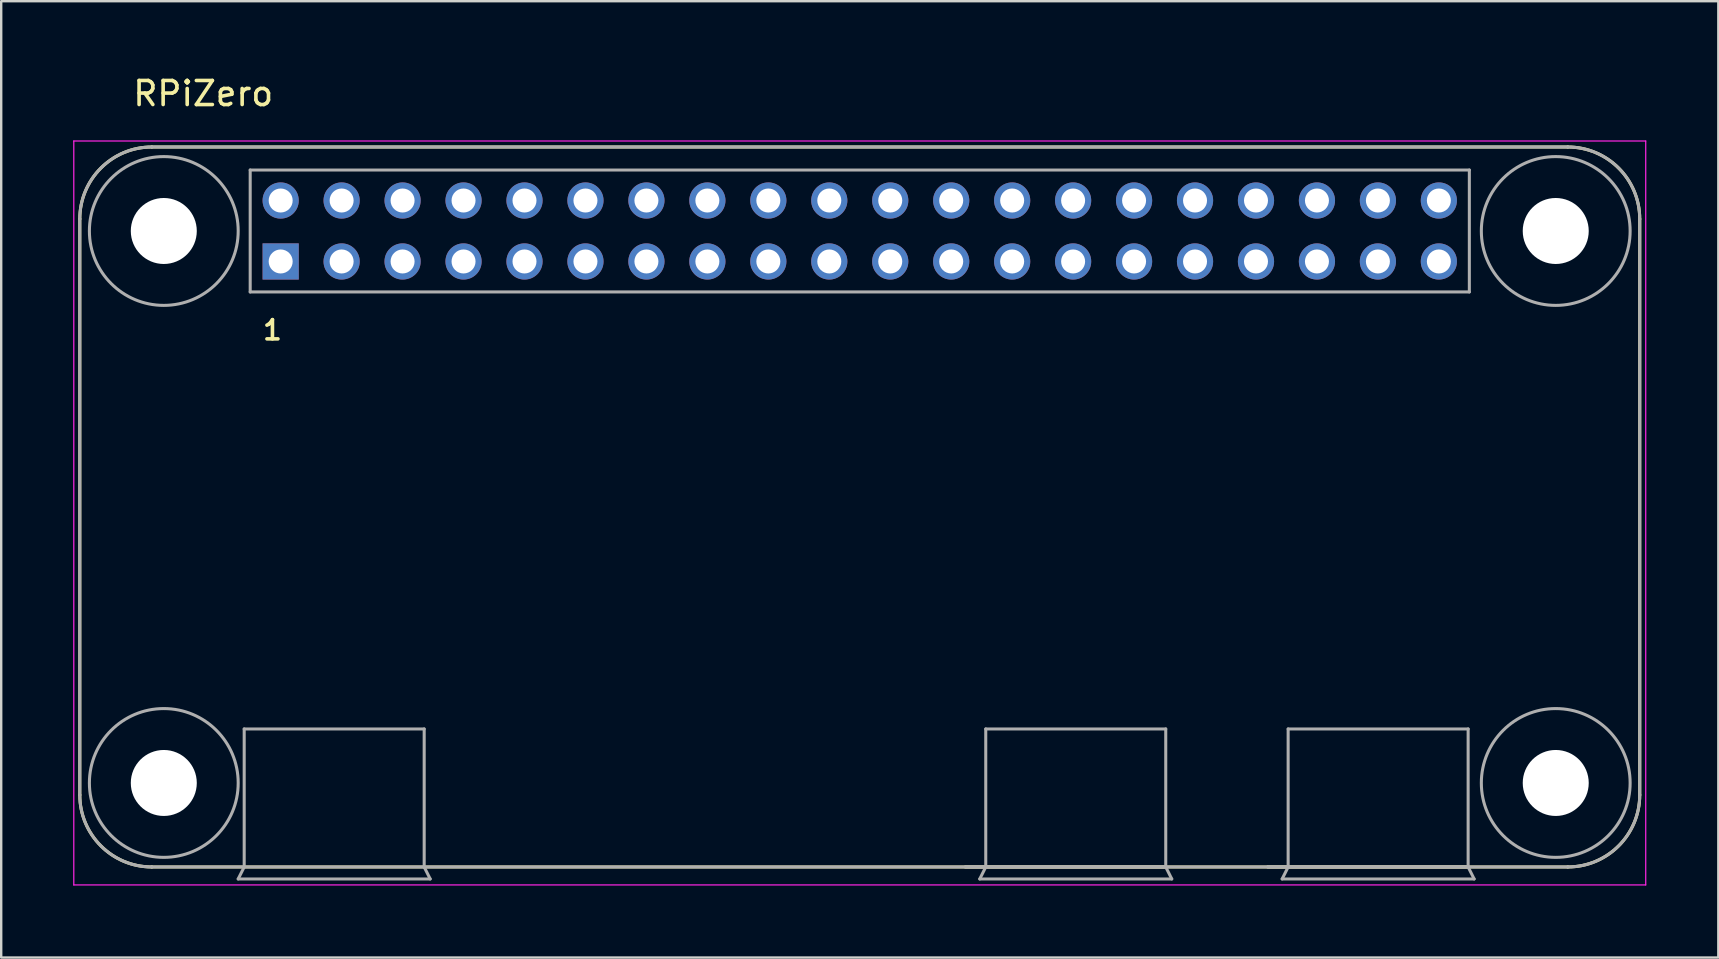
<source format=kicad_pcb>
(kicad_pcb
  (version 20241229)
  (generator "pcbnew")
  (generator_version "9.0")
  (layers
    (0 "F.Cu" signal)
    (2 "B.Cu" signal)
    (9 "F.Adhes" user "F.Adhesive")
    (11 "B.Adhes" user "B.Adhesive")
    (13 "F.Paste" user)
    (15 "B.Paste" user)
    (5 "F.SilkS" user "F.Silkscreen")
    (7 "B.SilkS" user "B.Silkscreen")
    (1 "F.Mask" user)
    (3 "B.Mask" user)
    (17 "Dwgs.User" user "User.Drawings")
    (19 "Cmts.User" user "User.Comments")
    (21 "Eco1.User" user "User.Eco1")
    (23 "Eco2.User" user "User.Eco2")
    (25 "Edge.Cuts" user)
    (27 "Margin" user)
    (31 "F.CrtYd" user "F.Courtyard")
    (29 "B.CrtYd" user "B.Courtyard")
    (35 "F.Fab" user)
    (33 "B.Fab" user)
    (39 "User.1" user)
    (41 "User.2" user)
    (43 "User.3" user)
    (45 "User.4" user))
  (footprint "RPiZero"
    (layer "F.Cu")
    (at 32.775 6.575)
    (property "Reference" "RPiZero" (at -27.357 -5.726 0) (layer "F.SilkS") (effects (font (size 1.002 1.002) (thickness 0.15))))
    (attr through_hole)
    (fp_line (start -32.5 -0.5) (end -32.5 23.5) (stroke (width 0.127) (type solid)) (layer "F.SilkS"))
    (fp_line (start -29.5 26.5) (end 29.5 26.5) (stroke (width 0.127) (type solid)) (layer "F.SilkS"))
    (fp_line (start 4.4 26.5) (end 12.75 26.5) (stroke (width 0.127) (type solid)) (layer "F.SilkS"))
    (fp_line (start 17 26.5) (end 25.35 26.5) (stroke (width 0.127) (type solid)) (layer "F.SilkS"))
    (fp_line (start 29.5 -3.5) (end -29.5 -3.5) (stroke (width 0.127) (type solid)) (layer "F.SilkS"))
    (fp_line (start 32.5 23.5) (end 32.5 -0.5) (stroke (width 0.127) (type solid)) (layer "F.SilkS"))
    (fp_arc (start -32.5 -0.5) (mid -31.62132 -2.62132) (end -29.5 -3.5) (stroke (width 0.127) (type solid)) (layer "F.SilkS"))
    (fp_arc (start -29.5 26.5) (mid -31.62132 25.62132) (end -32.5 23.5) (stroke (width 0.127) (type solid)) (layer "F.SilkS"))
    (fp_arc (start 29.5 -3.5) (mid 31.62132 -2.62132) (end 32.5 -0.5) (stroke (width 0.127) (type solid)) (layer "F.SilkS"))
    (fp_arc (start 32.5 23.5) (mid 31.62132 25.62132) (end 29.5 26.5) (stroke (width 0.127) (type solid)) (layer "F.SilkS"))
    (fp_line (start -32.75 -3.75) (end 32.75 -3.75) (stroke (width 0.05) (type solid)) (layer "F.CrtYd"))
    (fp_line (start -32.75 27.25) (end -32.75 -3.75) (stroke (width 0.05) (type solid)) (layer "F.CrtYd"))
    (fp_line (start 32.75 -3.75) (end 32.75 27.25) (stroke (width 0.05) (type solid)) (layer "F.CrtYd"))
    (fp_line (start 32.75 27.25) (end -32.75 27.25) (stroke (width 0.05) (type solid)) (layer "F.CrtYd"))
    (fp_line (start -32.5 -0.5) (end -32.5 23.5) (stroke (width 0.127) (type solid)) (layer "F.Fab"))
    (fp_line (start -29.5 26.5) (end -25.65 26.5) (stroke (width 0.127) (type solid)) (layer "F.Fab"))
    (fp_line (start -25.9 27) (end -17.9 27) (stroke (width 0.127) (type solid)) (layer "F.Fab"))
    (fp_line (start -25.65 20.75) (end -18.15 20.75) (stroke (width 0.127) (type solid)) (layer "F.Fab"))
    (fp_line (start -25.65 26.5) (end -25.9 27) (stroke (width 0.127) (type solid)) (layer "F.Fab"))
    (fp_line (start -25.65 26.5) (end -25.65 20.75) (stroke (width 0.127) (type solid)) (layer "F.Fab"))
    (fp_line (start -25.65 26.5) (end -18.15 26.5) (stroke (width 0.127) (type solid)) (layer "F.Fab"))
    (fp_line (start -25.4 -2.54) (end -25.4 2.54) (stroke (width 0.127) (type solid)) (layer "F.Fab"))
    (fp_line (start -25.4 2.54) (end 25.4 2.54) (stroke (width 0.127) (type solid)) (layer "F.Fab"))
    (fp_line (start -18.15 20.75) (end -18.15 26.5) (stroke (width 0.127) (type solid)) (layer "F.Fab"))
    (fp_line (start -18.15 26.5) (end 29.5 26.5) (stroke (width 0.127) (type solid)) (layer "F.Fab"))
    (fp_line (start -17.9 27) (end -18.15 26.5) (stroke (width 0.127) (type solid)) (layer "F.Fab"))
    (fp_line (start 4.4 26.5) (end 5.25 26.5) (stroke (width 0.127) (type solid)) (layer "F.Fab"))
    (fp_line (start 5 27) (end 13 27) (stroke (width 0.127) (type solid)) (layer "F.Fab"))
    (fp_line (start 5.25 20.75) (end 12.75 20.75) (stroke (width 0.127) (type solid)) (layer "F.Fab"))
    (fp_line (start 5.25 26.5) (end 5 27) (stroke (width 0.127) (type solid)) (layer "F.Fab"))
    (fp_line (start 5.25 26.5) (end 5.25 20.75) (stroke (width 0.127) (type solid)) (layer "F.Fab"))
    (fp_line (start 5.25 26.5) (end 12.75 26.5) (stroke (width 0.127) (type solid)) (layer "F.Fab"))
    (fp_line (start 12.75 20.75) (end 12.75 26.5) (stroke (width 0.127) (type solid)) (layer "F.Fab"))
    (fp_line (start 13 27) (end 12.75 26.5) (stroke (width 0.127) (type solid)) (layer "F.Fab"))
    (fp_line (start 17 26.5) (end 17.85 26.5) (stroke (width 0.127) (type solid)) (layer "F.Fab"))
    (fp_line (start 17.6 27) (end 25.6 27) (stroke (width 0.127) (type solid)) (layer "F.Fab"))
    (fp_line (start 17.85 20.75) (end 25.35 20.75) (stroke (width 0.127) (type solid)) (layer "F.Fab"))
    (fp_line (start 17.85 26.5) (end 17.6 27) (stroke (width 0.127) (type solid)) (layer "F.Fab"))
    (fp_line (start 17.85 26.5) (end 17.85 20.75) (stroke (width 0.127) (type solid)) (layer "F.Fab"))
    (fp_line (start 17.85 26.5) (end 25.35 26.5) (stroke (width 0.127) (type solid)) (layer "F.Fab"))
    (fp_line (start 25.35 20.75) (end 25.35 26.5) (stroke (width 0.127) (type solid)) (layer "F.Fab"))
    (fp_line (start 25.4 -2.54) (end -25.4 -2.54) (stroke (width 0.127) (type solid)) (layer "F.Fab"))
    (fp_line (start 25.4 2.54) (end 25.4 -2.54) (stroke (width 0.127) (type solid)) (layer "F.Fab"))
    (fp_line (start 25.6 27) (end 25.35 26.5) (stroke (width 0.127) (type solid)) (layer "F.Fab"))
    (fp_line (start 29.5 -3.5) (end -29.5 -3.5) (stroke (width 0.127) (type solid)) (layer "F.Fab"))
    (fp_line (start 32.5 23.5) (end 32.5 -0.5) (stroke (width 0.127) (type solid)) (layer "F.Fab"))
    (fp_arc (start -32.5 -0.5) (mid -31.62132 -2.62132) (end -29.5 -3.5) (stroke (width 0.127) (type solid)) (layer "F.Fab"))
    (fp_arc (start -29.5 26.5) (mid -31.62132 25.62132) (end -32.5 23.5) (stroke (width 0.127) (type solid)) (layer "F.Fab"))
    (fp_arc (start 29.5 -3.5) (mid 31.62132 -2.62132) (end 32.5 -0.5) (stroke (width 0.127) (type solid)) (layer "F.Fab"))
    (fp_arc (start 32.5 23.5) (mid 31.62132 25.62132) (end 29.5 26.5) (stroke (width 0.127) (type solid)) (layer "F.Fab"))
    (fp_circle (center -29 0) (end -25.9 0) (stroke (width 0.127) (type solid)) (fill no) (layer "F.Fab"))
    (fp_circle (center -29 23) (end -25.9 23) (stroke (width 0.127) (type solid)) (fill no) (layer "F.Fab"))
    (fp_circle (center 29 0) (end 32.1 0) (stroke (width 0.127) (type solid)) (fill no) (layer "F.Fab"))
    (fp_circle (center 29 23) (end 32.1 23) (stroke (width 0.127) (type solid)) (fill no) (layer "F.Fab"))
    (fp_text user "1" (at -24.473 4.132 0) (layer "F.SilkS") (effects (font (size 0.801 0.801) (thickness 0.15))))
    (pad "" np_thru_hole circle (at -29 0) (size 2.75 2.75) (drill 2.75) (layers "*.Cu" "*.Mask"))
    (pad "" np_thru_hole circle (at -29 23) (size 2.75 2.75) (drill 2.75) (layers "*.Cu" "*.Mask"))
    (pad "" np_thru_hole circle (at 29 0) (size 2.75 2.75) (drill 2.75) (layers "*.Cu" "*.Mask"))
    (pad "" np_thru_hole circle (at 29 23) (size 2.75 2.75) (drill 2.75) (layers "*.Cu" "*.Mask"))
    (pad "1" thru_hole rect (at -24.13 1.27) (size 1.508 1.508) (drill 1) (layers "*.Cu" "*.Mask"))
    (pad "2" thru_hole circle (at -24.13 -1.27) (size 1.508 1.508) (drill 1) (layers "*.Cu" "*.Mask"))
    (pad "3" thru_hole circle (at -21.59 1.27) (size 1.508 1.508) (drill 1) (layers "*.Cu" "*.Mask"))
    (pad "4" thru_hole circle (at -21.59 -1.27) (size 1.508 1.508) (drill 1) (layers "*.Cu" "*.Mask"))
    (pad "5" thru_hole circle (at -19.05 1.27) (size 1.508 1.508) (drill 1) (layers "*.Cu" "*.Mask"))
    (pad "6" thru_hole circle (at -19.05 -1.27) (size 1.508 1.508) (drill 1) (layers "*.Cu" "*.Mask"))
    (pad "7" thru_hole circle (at -16.51 1.27) (size 1.508 1.508) (drill 1) (layers "*.Cu" "*.Mask"))
    (pad "8" thru_hole circle (at -16.51 -1.27) (size 1.508 1.508) (drill 1) (layers "*.Cu" "*.Mask"))
    (pad "9" thru_hole circle (at -13.97 1.27) (size 1.508 1.508) (drill 1) (layers "*.Cu" "*.Mask"))
    (pad "10" thru_hole circle (at -13.97 -1.27) (size 1.508 1.508) (drill 1) (layers "*.Cu" "*.Mask"))
    (pad "11" thru_hole circle (at -11.43 1.27) (size 1.508 1.508) (drill 1) (layers "*.Cu" "*.Mask"))
    (pad "12" thru_hole circle (at -11.43 -1.27) (size 1.508 1.508) (drill 1) (layers "*.Cu" "*.Mask"))
    (pad "13" thru_hole circle (at -8.89 1.27) (size 1.508 1.508) (drill 1) (layers "*.Cu" "*.Mask"))
    (pad "14" thru_hole circle (at -8.89 -1.27) (size 1.508 1.508) (drill 1) (layers "*.Cu" "*.Mask"))
    (pad "15" thru_hole circle (at -6.35 1.27) (size 1.508 1.508) (drill 1) (layers "*.Cu" "*.Mask"))
    (pad "16" thru_hole circle (at -6.35 -1.27) (size 1.508 1.508) (drill 1) (layers "*.Cu" "*.Mask"))
    (pad "17" thru_hole circle (at -3.81 1.27) (size 1.508 1.508) (drill 1) (layers "*.Cu" "*.Mask"))
    (pad "18" thru_hole circle (at -3.81 -1.27) (size 1.508 1.508) (drill 1) (layers "*.Cu" "*.Mask"))
    (pad "19" thru_hole circle (at -1.27 1.27) (size 1.508 1.508) (drill 1) (layers "*.Cu" "*.Mask"))
    (pad "20" thru_hole circle (at -1.27 -1.27) (size 1.508 1.508) (drill 1) (layers "*.Cu" "*.Mask"))
    (pad "21" thru_hole circle (at 1.27 1.27) (size 1.508 1.508) (drill 1) (layers "*.Cu" "*.Mask"))
    (pad "22" thru_hole circle (at 1.27 -1.27) (size 1.508 1.508) (drill 1) (layers "*.Cu" "*.Mask"))
    (pad "23" thru_hole circle (at 3.81 1.27) (size 1.508 1.508) (drill 1) (layers "*.Cu" "*.Mask"))
    (pad "24" thru_hole circle (at 3.81 -1.27) (size 1.508 1.508) (drill 1) (layers "*.Cu" "*.Mask"))
    (pad "25" thru_hole circle (at 6.35 1.27) (size 1.508 1.508) (drill 1) (layers "*.Cu" "*.Mask"))
    (pad "26" thru_hole circle (at 6.35 -1.27) (size 1.508 1.508) (drill 1) (layers "*.Cu" "*.Mask"))
    (pad "27" thru_hole circle (at 8.89 1.27) (size 1.508 1.508) (drill 1) (layers "*.Cu" "*.Mask"))
    (pad "28" thru_hole circle (at 8.89 -1.27) (size 1.508 1.508) (drill 1) (layers "*.Cu" "*.Mask"))
    (pad "29" thru_hole circle (at 11.43 1.27) (size 1.508 1.508) (drill 1) (layers "*.Cu" "*.Mask"))
    (pad "30" thru_hole circle (at 11.43 -1.27) (size 1.508 1.508) (drill 1) (layers "*.Cu" "*.Mask"))
    (pad "31" thru_hole circle (at 13.97 1.27) (size 1.508 1.508) (drill 1) (layers "*.Cu" "*.Mask"))
    (pad "32" thru_hole circle (at 13.97 -1.27) (size 1.508 1.508) (drill 1) (layers "*.Cu" "*.Mask"))
    (pad "33" thru_hole circle (at 16.51 1.27) (size 1.508 1.508) (drill 1) (layers "*.Cu" "*.Mask"))
    (pad "34" thru_hole circle (at 16.51 -1.27) (size 1.508 1.508) (drill 1) (layers "*.Cu" "*.Mask"))
    (pad "35" thru_hole circle (at 19.05 1.27) (size 1.508 1.508) (drill 1) (layers "*.Cu" "*.Mask"))
    (pad "36" thru_hole circle (at 19.05 -1.27) (size 1.508 1.508) (drill 1) (layers "*.Cu" "*.Mask"))
    (pad "37" thru_hole circle (at 21.59 1.27) (size 1.508 1.508) (drill 1) (layers "*.Cu" "*.Mask"))
    (pad "38" thru_hole circle (at 21.59 -1.27) (size 1.508 1.508) (drill 1) (layers "*.Cu" "*.Mask"))
    (pad "39" thru_hole circle (at 24.13 1.27) (size 1.508 1.508) (drill 1) (layers "*.Cu" "*.Mask"))
    (pad "40" thru_hole circle (at 24.13 -1.27) (size 1.508 1.508) (drill 1) (layers "*.Cu" "*.Mask")))
  (gr_rect
    (start -3 -3)
    (end 68.55 36.85)
    (stroke (width 0.1) (type default))
    (fill no)
    (layer "Edge.Cuts")))
</source>
